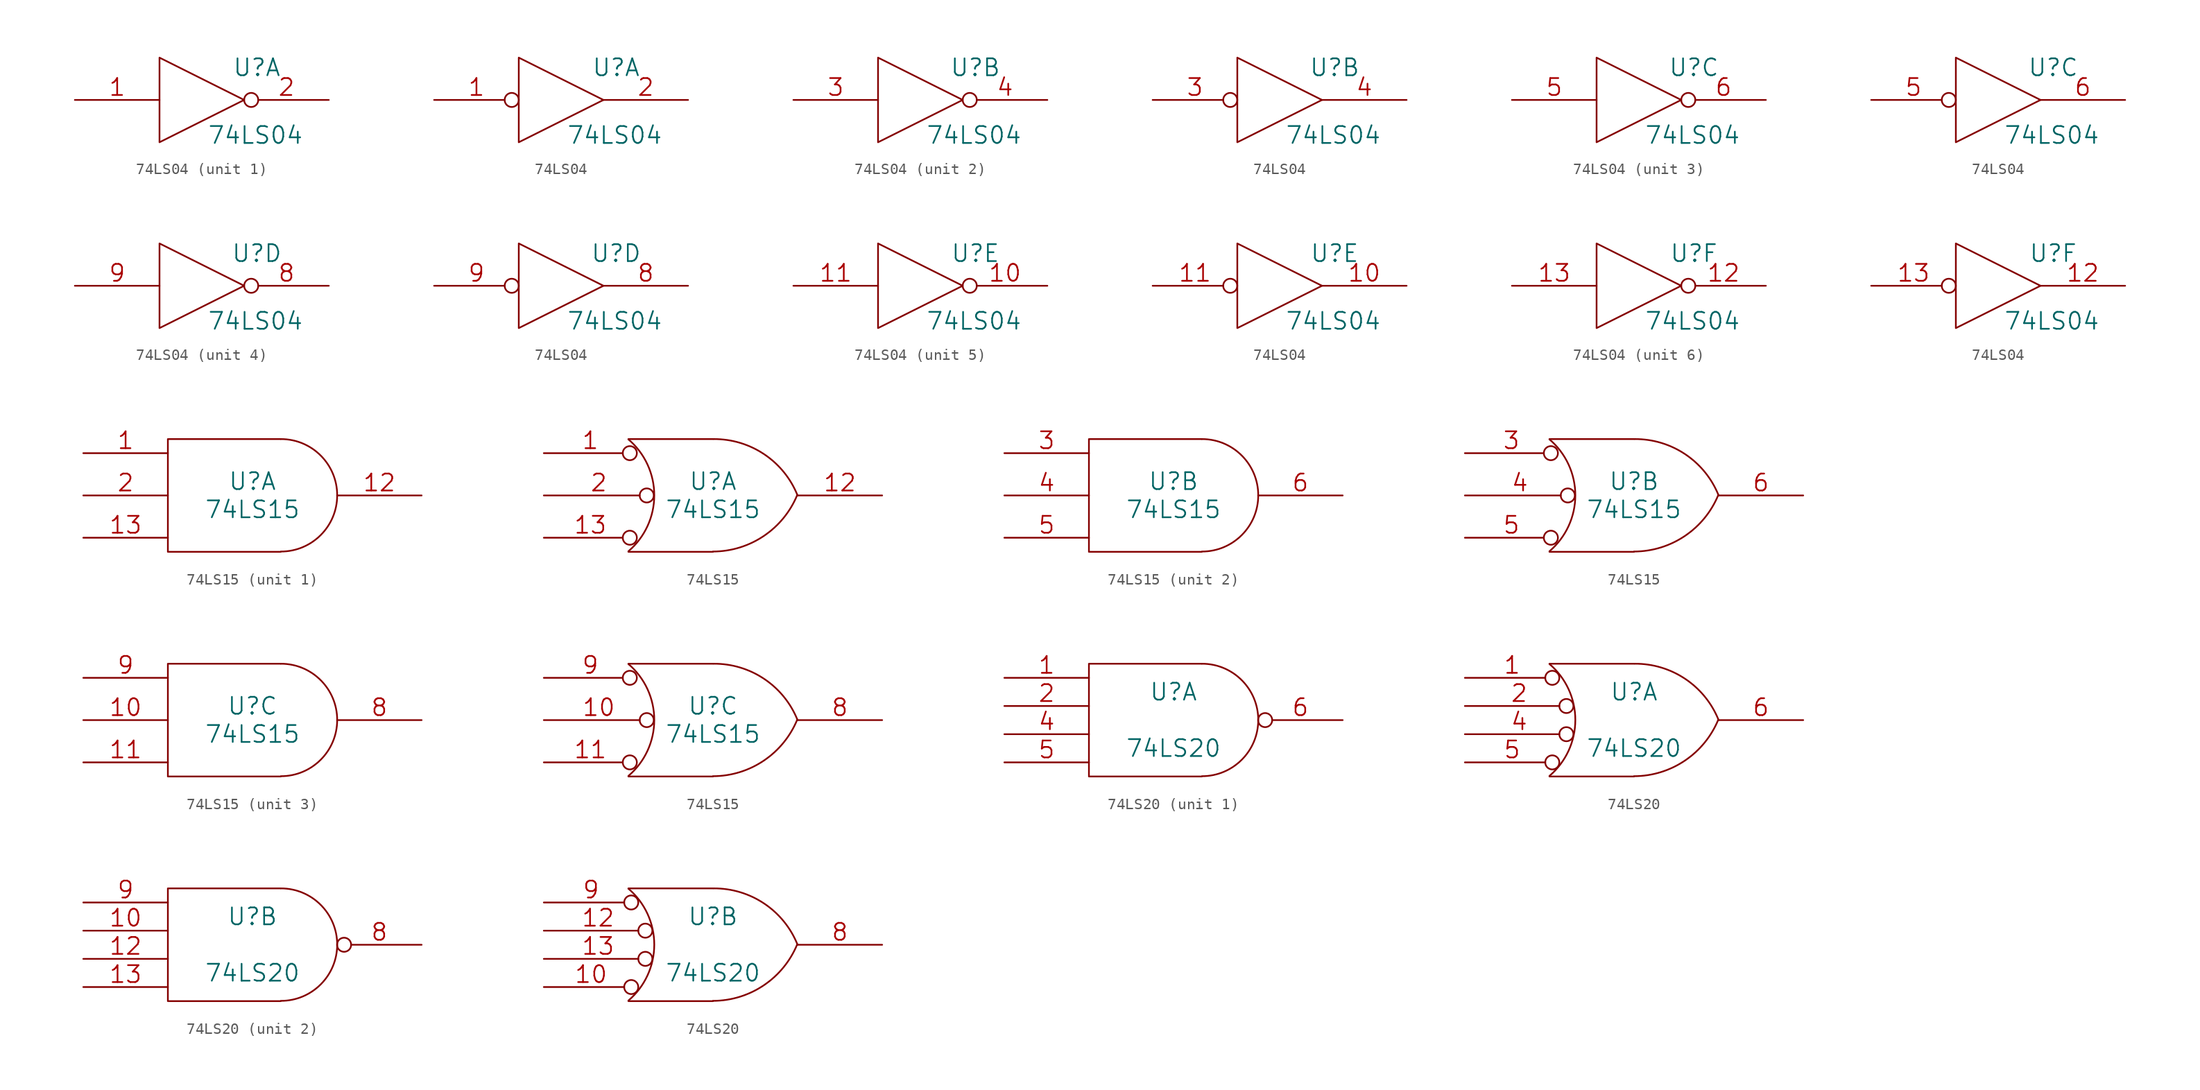
<source format=kicad_sym>
(kicad_symbol_lib
  (version 20241209)
  (generator "kicad_symbol_editor")
  (generator_version "9.0")
  (symbol "74LS04"
    (pin_names
      (offset 0.762))
    (property "Reference" "U"
      (at 4.953 2.921 0)
      (effects (font (size 1.524 1.524))))
    (property "Value" "74LS04"
      (at 4.826 -3.175 0)
      (effects (font (size 1.524 1.524))))
    (property "Footprint" ""
      (at 0 0 0)
      (effects (font (size 1.524 1.524))))
    (property "Datasheet" ""
      (at 0 0 0)
      (effects (font (size 1.524 1.524))))
    (symbol "74LS04_0_0"
      (polyline (pts (xy -3.81 3.81) (xy -3.81 -3.81) (xy 3.81 0) (xy -3.81 3.81)) (stroke (width 0) (type solid)) (fill (type none)))
      (pin power_in line (at -1.27 2.54 90) (length 0) (hide yes) (name "VCC" (effects (font (size 1.016 1.016)))) (number "14" (effects (font (size 1.016 1.016)))))
      (pin power_in line (at -1.27 -2.54 90) (length 0) (hide yes) (name "GND" (effects (font (size 1.016 1.016)))) (number "7" (effects (font (size 1.016 1.016))))))
    (symbol "74LS04_1_1"
      (pin input line (at -11.43 0 0) (length 7.62) (name "~" (effects (font (size 1.524 1.524)))) (number "1" (effects (font (size 1.524 1.524)))))
      (pin output inverted (at 11.43 0 180) (length 7.62) (name "~" (effects (font (size 1.524 1.524)))) (number "2" (effects (font (size 1.524 1.524))))))
    (symbol "74LS04_1_2"
      (pin input inverted (at -11.43 0 0) (length 7.62) (name "~" (effects (font (size 1.524 1.524)))) (number "1" (effects (font (size 1.524 1.524)))))
      (pin output line (at 11.43 0 180) (length 7.62) (name "~" (effects (font (size 1.524 1.524)))) (number "2" (effects (font (size 1.524 1.524))))))
    (symbol "74LS04_2_1"
      (pin input line (at -11.43 0 0) (length 7.62) (name "~" (effects (font (size 1.524 1.524)))) (number "3" (effects (font (size 1.524 1.524)))))
      (pin output inverted (at 11.43 0 180) (length 7.62) (name "~" (effects (font (size 1.524 1.524)))) (number "4" (effects (font (size 1.524 1.524))))))
    (symbol "74LS04_2_2"
      (pin input inverted (at -11.43 0 0) (length 7.62) (name "~" (effects (font (size 1.524 1.524)))) (number "3" (effects (font (size 1.524 1.524)))))
      (pin output line (at 11.43 0 180) (length 7.62) (name "~" (effects (font (size 1.524 1.524)))) (number "4" (effects (font (size 1.524 1.524))))))
    (symbol "74LS04_3_1"
      (pin input line (at -11.43 0 0) (length 7.62) (name "~" (effects (font (size 1.524 1.524)))) (number "5" (effects (font (size 1.524 1.524)))))
      (pin output inverted (at 11.43 0 180) (length 7.62) (name "~" (effects (font (size 1.524 1.524)))) (number "6" (effects (font (size 1.524 1.524))))))
    (symbol "74LS04_3_2"
      (pin input inverted (at -11.43 0 0) (length 7.62) (name "~" (effects (font (size 1.524 1.524)))) (number "5" (effects (font (size 1.524 1.524)))))
      (pin output line (at 11.43 0 180) (length 7.62) (name "~" (effects (font (size 1.524 1.524)))) (number "6" (effects (font (size 1.524 1.524))))))
    (symbol "74LS04_4_1"
      (pin input line (at -11.43 0 0) (length 7.62) (name "~" (effects (font (size 1.524 1.524)))) (number "9" (effects (font (size 1.524 1.524)))))
      (pin output inverted (at 11.43 0 180) (length 7.62) (name "~" (effects (font (size 1.524 1.524)))) (number "8" (effects (font (size 1.524 1.524))))))
    (symbol "74LS04_4_2"
      (pin input inverted (at -11.43 0 0) (length 7.62) (name "~" (effects (font (size 1.524 1.524)))) (number "9" (effects (font (size 1.524 1.524)))))
      (pin output line (at 11.43 0 180) (length 7.62) (name "~" (effects (font (size 1.524 1.524)))) (number "8" (effects (font (size 1.524 1.524))))))
    (symbol "74LS04_5_1"
      (pin input line (at -11.43 0 0) (length 7.62) (name "~" (effects (font (size 1.524 1.524)))) (number "11" (effects (font (size 1.524 1.524)))))
      (pin output inverted (at 11.43 0 180) (length 7.62) (name "~" (effects (font (size 1.524 1.524)))) (number "10" (effects (font (size 1.524 1.524))))))
    (symbol "74LS04_5_2"
      (pin input inverted (at -11.43 0 0) (length 7.62) (name "~" (effects (font (size 1.524 1.524)))) (number "11" (effects (font (size 1.524 1.524)))))
      (pin output line (at 11.43 0 180) (length 7.62) (name "~" (effects (font (size 1.524 1.524)))) (number "10" (effects (font (size 1.524 1.524))))))
    (symbol "74LS04_6_1"
      (pin input line (at -11.43 0 0) (length 7.62) (name "~" (effects (font (size 1.524 1.524)))) (number "13" (effects (font (size 1.524 1.524)))))
      (pin output inverted (at 11.43 0 180) (length 7.62) (name "~" (effects (font (size 1.524 1.524)))) (number "12" (effects (font (size 1.524 1.524))))))
    (symbol "74LS04_6_2"
      (pin input inverted (at -11.43 0 0) (length 7.62) (name "~" (effects (font (size 1.524 1.524)))) (number "13" (effects (font (size 1.524 1.524)))))
      (pin output line (at 11.43 0 180) (length 7.62) (name "~" (effects (font (size 1.524 1.524)))) (number "12" (effects (font (size 1.524 1.524)))))))
  (symbol "74LS15"
    (pin_names
      (offset 0.762))
    (property "Reference" "U"
      (at 0 1.27 0)
      (effects (font (size 1.524 1.524))))
    (property "Value" "74LS15"
      (at 0 -1.27 0)
      (effects (font (size 1.524 1.524))))
    (property "Footprint" ""
      (at 0 0 0)
      (effects (font (size 1.524 1.524))))
    (property "Datasheet" ""
      (at 0 0 0)
      (effects (font (size 1.524 1.524))))
    (symbol "74LS15_0_0"
      (pin power_in line (at -5.08 5.08 90) (length 0) (hide yes) (name "VCC" (effects (font (size 1.016 1.016)))) (number "14" (effects (font (size 1.016 1.016)))))
      (pin power_in line (at -5.08 -5.08 90) (length 0) (hide yes) (name "GND" (effects (font (size 1.016 1.016)))) (number "7" (effects (font (size 1.016 1.016))))))
    (symbol "74LS15_0_1"
      (polyline (pts (xy 2.54 5.08) (xy -7.62 5.08) (xy -7.62 -5.08) (xy 2.54 -5.08)) (stroke (width 0) (type solid)) (fill (type none)))
      (arc (start 2.5654 5.08) (mid 7.6201 0.0001) (end 2.5654 -5.0546) (stroke (width 0) (type solid)) (fill (type none))))
    (symbol "74LS15_0_2"
      (arc (start -7.62 5.0546) (mid -5.2901 0.0083) (end -7.62 -5.0292) (stroke (width 0) (type solid)) (fill (type none)))
      (polyline (pts (xy -7.62 5.08) (xy 0 5.08)) (stroke (width 0) (type solid)) (fill (type none)))
      (polyline (pts (xy -7.62 -5.08) (xy 0 -5.08)) (stroke (width 0) (type solid)) (fill (type none)))
      (arc (start 7.5946 0.0508) (mid 4.5708 -3.6562) (end 0 -5.0546) (stroke (width 0) (type solid)) (fill (type none)))
      (arc (start 0.0508 5.08) (mid 4.6217 3.7074) (end 7.62 0) (stroke (width 0) (type solid)) (fill (type none))))
    (symbol "74LS15_1_1"
      (pin input line (at -15.24 3.81 0) (length 7.62) (name "~" (effects (font (size 1.524 1.524)))) (number "1" (effects (font (size 1.524 1.524)))))
      (pin input line (at -15.24 0 0) (length 7.62) (name "~" (effects (font (size 1.524 1.524)))) (number "2" (effects (font (size 1.524 1.524)))))
      (pin input line (at -15.24 -3.81 0) (length 7.62) (name "~" (effects (font (size 1.524 1.524)))) (number "13" (effects (font (size 1.524 1.524)))))
      (pin open_collector line (at 15.24 0 180) (length 7.62) (name "~" (effects (font (size 1.524 1.524)))) (number "12" (effects (font (size 1.524 1.524))))))
    (symbol "74LS15_1_2"
      (pin input inverted (at -15.24 3.81 0) (length 8.382) (name "~" (effects (font (size 1.524 1.524)))) (number "1" (effects (font (size 1.524 1.524)))))
      (pin input inverted (at -15.24 0 0) (length 9.906) (name "~" (effects (font (size 1.524 1.524)))) (number "2" (effects (font (size 1.524 1.524)))))
      (pin input inverted (at -15.24 -3.81 0) (length 8.382) (name "~" (effects (font (size 1.524 1.524)))) (number "13" (effects (font (size 1.524 1.524)))))
      (pin open_collector line (at 15.24 0 180) (length 7.62) (name "~" (effects (font (size 1.524 1.524)))) (number "12" (effects (font (size 1.524 1.524))))))
    (symbol "74LS15_2_1"
      (pin input line (at -15.24 3.81 0) (length 7.62) (name "~" (effects (font (size 1.524 1.524)))) (number "3" (effects (font (size 1.524 1.524)))))
      (pin input line (at -15.24 0 0) (length 7.62) (name "~" (effects (font (size 1.524 1.524)))) (number "4" (effects (font (size 1.524 1.524)))))
      (pin input line (at -15.24 -3.81 0) (length 7.62) (name "~" (effects (font (size 1.524 1.524)))) (number "5" (effects (font (size 1.524 1.524)))))
      (pin open_collector line (at 15.24 0 180) (length 7.62) (name "~" (effects (font (size 1.524 1.524)))) (number "6" (effects (font (size 1.524 1.524))))))
    (symbol "74LS15_2_2"
      (pin input inverted (at -15.24 3.81 0) (length 8.382) (name "~" (effects (font (size 1.524 1.524)))) (number "3" (effects (font (size 1.524 1.524)))))
      (pin input inverted (at -15.24 0 0) (length 9.906) (name "~" (effects (font (size 1.524 1.524)))) (number "4" (effects (font (size 1.524 1.524)))))
      (pin input inverted (at -15.24 -3.81 0) (length 8.382) (name "~" (effects (font (size 1.524 1.524)))) (number "5" (effects (font (size 1.524 1.524)))))
      (pin open_collector line (at 15.24 0 180) (length 7.62) (name "~" (effects (font (size 1.524 1.524)))) (number "6" (effects (font (size 1.524 1.524))))))
    (symbol "74LS15_3_1"
      (pin input line (at -15.24 3.81 0) (length 7.62) (name "~" (effects (font (size 1.524 1.524)))) (number "9" (effects (font (size 1.524 1.524)))))
      (pin input line (at -15.24 0 0) (length 7.62) (name "~" (effects (font (size 1.524 1.524)))) (number "10" (effects (font (size 1.524 1.524)))))
      (pin input line (at -15.24 -3.81 0) (length 7.62) (name "~" (effects (font (size 1.524 1.524)))) (number "11" (effects (font (size 1.524 1.524)))))
      (pin open_collector line (at 15.24 0 180) (length 7.62) (name "~" (effects (font (size 1.524 1.524)))) (number "8" (effects (font (size 1.524 1.524))))))
    (symbol "74LS15_3_2"
      (pin input inverted (at -15.24 3.81 0) (length 8.382) (name "~" (effects (font (size 1.524 1.524)))) (number "9" (effects (font (size 1.524 1.524)))))
      (pin input inverted (at -15.24 0 0) (length 9.906) (name "~" (effects (font (size 1.524 1.524)))) (number "10" (effects (font (size 1.524 1.524)))))
      (pin input inverted (at -15.24 -3.81 0) (length 8.382) (name "~" (effects (font (size 1.524 1.524)))) (number "11" (effects (font (size 1.524 1.524)))))
      (pin open_collector line (at 15.24 0 180) (length 7.62) (name "~" (effects (font (size 1.524 1.524)))) (number "8" (effects (font (size 1.524 1.524)))))))
  (symbol "74LS20"
    (pin_names
      (offset 0.762))
    (property "Reference" "U"
      (at 0 2.54 0)
      (effects (font (size 1.524 1.524))))
    (property "Value" "74LS20"
      (at 0 -2.54 0)
      (effects (font (size 1.524 1.524))))
    (property "Footprint" ""
      (at 0 0 0)
      (effects (font (size 1.524 1.524))))
    (property "Datasheet" ""
      (at 0 0 0)
      (effects (font (size 1.524 1.524))))
    (symbol "74LS20_0_0"
      (pin power_in line (at -5.08 5.08 90) (length 0) (hide yes) (name "VCC" (effects (font (size 1.524 1.524)))) (number "14" (effects (font (size 1.524 1.524)))))
      (pin power_in line (at -5.08 -5.08 90) (length 0) (hide yes) (name "GND" (effects (font (size 1.524 1.524)))) (number "7" (effects (font (size 1.524 1.524))))))
    (symbol "74LS20_0_1"
      (polyline (pts (xy 2.54 5.08) (xy -7.62 5.08) (xy -7.62 -5.08) (xy 2.54 -5.08)) (stroke (width 0) (type solid)) (fill (type none)))
      (arc (start 2.5654 5.08) (mid 7.6201 0.0001) (end 2.5654 -5.0546) (stroke (width 0) (type solid)) (fill (type none))))
    (symbol "74LS20_0_2"
      (arc (start -7.62 5.0546) (mid -5.2901 0.0083) (end -7.62 -5.0292) (stroke (width 0) (type solid)) (fill (type none)))
      (polyline (pts (xy -7.62 5.08) (xy 0 5.08)) (stroke (width 0) (type solid)) (fill (type none)))
      (polyline (pts (xy -7.62 -5.08) (xy 0 -5.08)) (stroke (width 0) (type solid)) (fill (type none)))
      (arc (start 7.5946 0.0508) (mid 4.5708 -3.6562) (end 0 -5.0546) (stroke (width 0) (type solid)) (fill (type none)))
      (arc (start 0.0508 5.08) (mid 4.6217 3.7074) (end 7.62 0) (stroke (width 0) (type solid)) (fill (type none))))
    (symbol "74LS20_1_1"
      (pin input line (at -15.24 3.81 0) (length 7.62) (name "~" (effects (font (size 1.524 1.524)))) (number "1" (effects (font (size 1.524 1.524)))))
      (pin input line (at -15.24 1.27 0) (length 7.62) (name "~" (effects (font (size 1.524 1.524)))) (number "2" (effects (font (size 1.524 1.524)))))
      (pin input line (at -15.24 -1.27 0) (length 7.62) (name "~" (effects (font (size 1.524 1.524)))) (number "4" (effects (font (size 1.524 1.524)))))
      (pin input line (at -15.24 -3.81 0) (length 7.62) (name "~" (effects (font (size 1.524 1.524)))) (number "5" (effects (font (size 1.524 1.524)))))
      (pin output inverted (at 15.24 0 180) (length 7.62) (name "~" (effects (font (size 1.524 1.524)))) (number "6" (effects (font (size 1.524 1.524))))))
    (symbol "74LS20_1_2"
      (pin input inverted (at -15.24 3.81 0) (length 8.509) (name "~" (effects (font (size 1.524 1.524)))) (number "1" (effects (font (size 1.524 1.524)))))
      (pin input inverted (at -15.24 1.27 0) (length 9.779) (name "~" (effects (font (size 1.524 1.524)))) (number "2" (effects (font (size 1.524 1.524)))))
      (pin output inverted (at -15.24 -1.27 0) (length 9.779) (name "~" (effects (font (size 1.524 1.524)))) (number "4" (effects (font (size 1.524 1.524)))))
      (pin input inverted (at -15.24 -3.81 0) (length 8.509) (name "~" (effects (font (size 1.524 1.524)))) (number "5" (effects (font (size 1.524 1.524)))))
      (pin output line (at 15.24 0 180) (length 7.62) (name "~" (effects (font (size 1.524 1.524)))) (number "6" (effects (font (size 1.524 1.524))))))
    (symbol "74LS20_2_1"
      (pin input line (at -15.24 3.81 0) (length 7.62) (name "~" (effects (font (size 1.524 1.524)))) (number "9" (effects (font (size 1.524 1.524)))))
      (pin input line (at -15.24 1.27 0) (length 7.62) (name "~" (effects (font (size 1.524 1.524)))) (number "10" (effects (font (size 1.524 1.524)))))
      (pin input line (at -15.24 -1.27 0) (length 7.62) (name "~" (effects (font (size 1.524 1.524)))) (number "12" (effects (font (size 1.524 1.524)))))
      (pin input line (at -15.24 -3.81 0) (length 7.62) (name "~" (effects (font (size 1.524 1.524)))) (number "13" (effects (font (size 1.524 1.524)))))
      (pin output inverted (at 15.24 0 180) (length 7.62) (name "~" (effects (font (size 1.524 1.524)))) (number "8" (effects (font (size 1.524 1.524))))))
    (symbol "74LS20_2_2"
      (pin input inverted (at -15.24 3.81 0) (length 8.509) (name "~" (effects (font (size 1.524 1.524)))) (number "9" (effects (font (size 1.524 1.524)))))
      (pin input inverted (at -15.24 1.27 0) (length 9.779) (name "~" (effects (font (size 1.524 1.524)))) (number "12" (effects (font (size 1.524 1.524)))))
      (pin input inverted (at -15.24 -1.27 0) (length 9.779) (name "~" (effects (font (size 1.524 1.524)))) (number "13" (effects (font (size 1.524 1.524)))))
      (pin input inverted (at -15.24 -3.81 0) (length 8.509) (name "~" (effects (font (size 1.524 1.524)))) (number "10" (effects (font (size 1.524 1.524)))))
      (pin output line (at 15.24 0 180) (length 7.62) (name "~" (effects (font (size 1.524 1.524)))) (number "8" (effects (font (size 1.524 1.524))))))))
</source>
